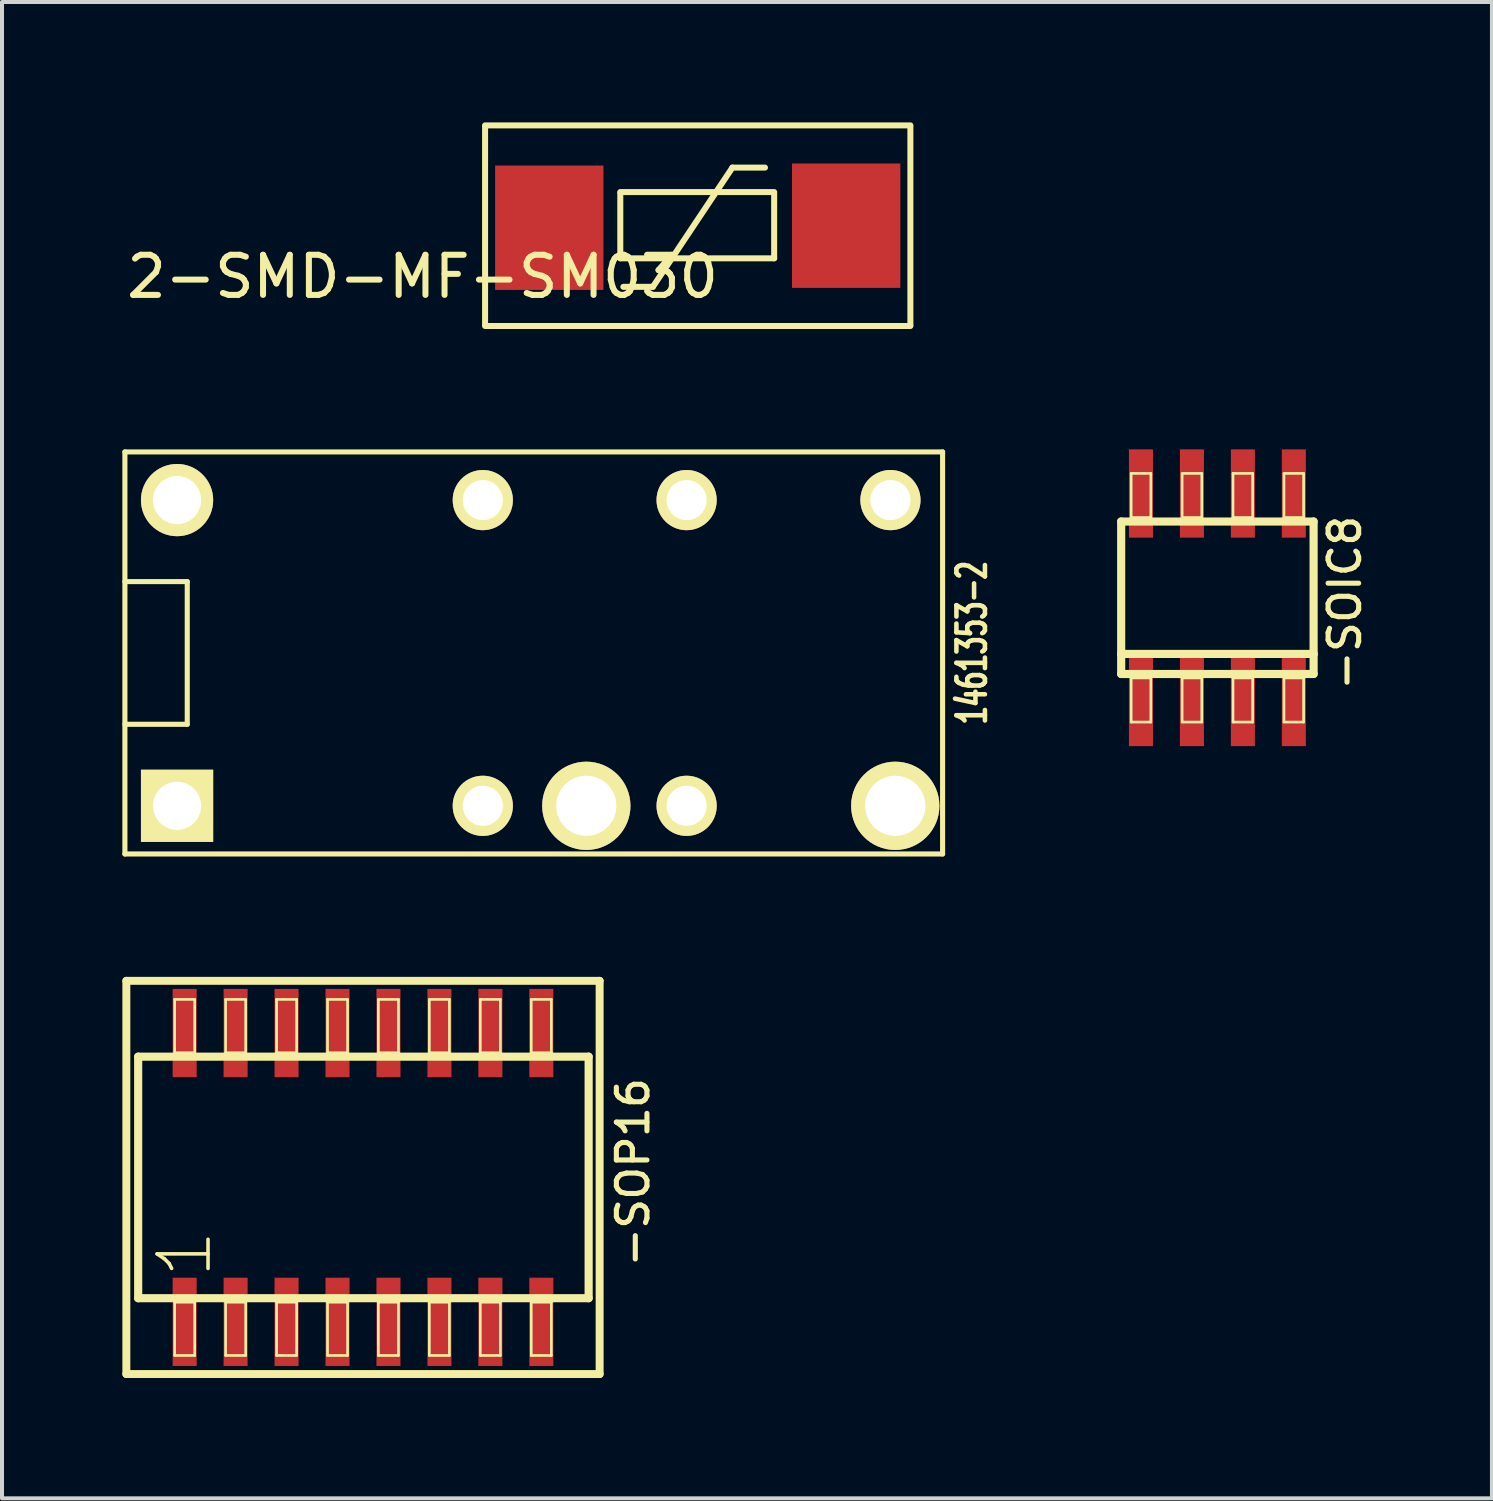
<source format=kicad_pcb>
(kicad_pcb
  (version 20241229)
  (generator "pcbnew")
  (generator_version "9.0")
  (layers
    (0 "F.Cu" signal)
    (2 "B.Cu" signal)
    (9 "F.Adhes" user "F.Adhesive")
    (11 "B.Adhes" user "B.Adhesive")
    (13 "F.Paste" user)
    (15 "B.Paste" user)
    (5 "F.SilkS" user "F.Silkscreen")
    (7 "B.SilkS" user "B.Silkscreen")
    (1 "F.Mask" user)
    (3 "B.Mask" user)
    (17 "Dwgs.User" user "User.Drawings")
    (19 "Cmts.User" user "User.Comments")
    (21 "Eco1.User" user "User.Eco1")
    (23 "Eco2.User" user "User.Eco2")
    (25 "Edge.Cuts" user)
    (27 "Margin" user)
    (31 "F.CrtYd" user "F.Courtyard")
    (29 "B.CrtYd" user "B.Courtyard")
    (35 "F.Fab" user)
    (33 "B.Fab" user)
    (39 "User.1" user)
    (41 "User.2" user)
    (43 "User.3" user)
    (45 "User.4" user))
  (footprint "1461353-2"
    (layer "F.Cu")
    (at 8.983 9.414)
    (property "Reference" "1461353-2" (at 12.192 3.556 90) (layer "F.SilkS") (effects (font (size 0.711 0.457) (thickness 0.114))))
    (attr through_hole)
    (fp_line (start -8.92 2.032) (end -7.366 2.032) (stroke (width 0.127) (type solid)) (layer "F.SilkS"))
    (fp_line (start -8.92 8.82) (end -8.92 -1.2) (stroke (width 0.127) (type solid)) (layer "F.SilkS"))
    (fp_line (start -7.366 2.032) (end -7.366 5.588) (stroke (width 0.127) (type solid)) (layer "F.SilkS"))
    (fp_line (start -7.366 5.588) (end -8.92 5.588) (stroke (width 0.127) (type solid)) (layer "F.SilkS"))
    (fp_line (start 11.46 -1.2) (end -8.92 -1.2) (stroke (width 0.127) (type solid)) (layer "F.SilkS"))
    (fp_line (start 11.46 8.82) (end -8.92 8.82) (stroke (width 0.127) (type solid)) (layer "F.SilkS"))
    (fp_line (start 11.46 8.82) (end 11.46 -1.2) (stroke (width 0.127) (type solid)) (layer "F.SilkS"))
    (pad "1" thru_hole rect (at -7.62 7.62) (size 1.8 1.8) (drill 1.2) (layers "*.Cu" "*.Mask" "F.SilkS"))
    (pad "4" thru_hole circle (at 0 7.62) (size 1.5 1.5) (drill 1) (layers "*.Cu" "*.Mask" "F.SilkS"))
    (pad "4" thru_hole circle (at 2.58 7.62) (size 2.2 2.2) (drill 1.5) (layers "*.Cu" "*.Mask" "F.SilkS"))
    (pad "6" thru_hole circle (at 5.08 7.62) (size 1.5 1.5) (drill 1) (layers "*.Cu" "*.Mask" "F.SilkS"))
    (pad "8" thru_hole circle (at 10.28 7.62) (size 2.2 2.2) (drill 1.5) (layers "*.Cu" "*.Mask" "F.SilkS"))
    (pad "9" thru_hole circle (at 10.16 0) (size 1.5 1.5) (drill 1) (layers "*.Cu" "*.Mask" "F.SilkS"))
    (pad "11" thru_hole circle (at 5.08 0) (size 1.5 1.5) (drill 1) (layers "*.Cu" "*.Mask" "F.SilkS"))
    (pad "13" thru_hole circle (at 0 0) (size 1.5 1.5) (drill 1) (layers "*.Cu" "*.Mask" "F.SilkS"))
    (pad "16" thru_hole circle (at -7.62 0) (size 1.8 1.8) (drill 1.2) (layers "*.Cu" "*.Mask" "F.SilkS")))
  (footprint "2-SMD-MF-SM030"
    (layer "F.Cu")
    (at 14.34 2.575)
    (property "Reference" "2-SMD-MF-SM030" (at -6.858 1.27 0) (layer "F.SilkS") (effects (font (size 1 1) (thickness 0.15))))
    (attr through_hole)
    (fp_line (start -5.3 -2.5) (end 5.3 -2.5) (stroke (width 0.15) (type solid)) (layer "F.SilkS"))
    (fp_line (start -5.3 -2.47) (end -5.3 2.47) (stroke (width 0.15) (type solid)) (layer "F.SilkS"))
    (fp_line (start -5.3 2.5) (end 5.3 2.5) (stroke (width 0.15) (type solid)) (layer "F.SilkS"))
    (fp_line (start -1.93 -0.813) (end -1.93 0.813) (stroke (width 0.15) (type solid)) (layer "F.SilkS"))
    (fp_line (start -1.93 0.813) (end 1.905 0.813) (stroke (width 0.15) (type solid)) (layer "F.SilkS"))
    (fp_line (start -1.854 1.524) (end -1.118 1.524) (stroke (width 0.15) (type solid)) (layer "F.SilkS"))
    (fp_line (start -1.118 1.524) (end 0.864 -1.448) (stroke (width 0.15) (type solid)) (layer "F.SilkS"))
    (fp_line (start 0.864 -1.448) (end 1.676 -1.448) (stroke (width 0.15) (type solid)) (layer "F.SilkS"))
    (fp_line (start 1.905 -0.838) (end -1.93 -0.838) (stroke (width 0.15) (type solid)) (layer "F.SilkS"))
    (fp_line (start 1.905 0.813) (end 1.905 -0.813) (stroke (width 0.15) (type solid)) (layer "F.SilkS"))
    (fp_line (start 5.3 -2.47) (end 5.3 2.47) (stroke (width 0.15) (type solid)) (layer "F.SilkS"))
    (pad "1" smd rect (at 3.7 0) (size 2.7 3.1) (layers "F.Cu" "F.Mask" "F.Paste"))
    (pad "2" smd rect (at -3.7 0.051) (size 2.7 3.1) (layers "F.Cu" "F.Mask" "F.Paste")))
  (footprint "-SOP16"
    (layer "F.Cu")
    (at 5.997 26.296)
    (property "Reference" "-SOP16" (at 6.731 -0.127 270) (layer "F.SilkS") (effects (font (size 0.762 0.762) (thickness 0.127))))
    (attr smd)
    (fp_line (start -5.898 -4.9) (end 5.898 -4.9) (stroke (width 0.198) (type solid)) (layer "F.SilkS"))
    (fp_line (start -5.898 4.9) (end -5.898 -4.9) (stroke (width 0.198) (type solid)) (layer "F.SilkS"))
    (fp_line (start -5.603 -3.01) (end 5.624 -3.01) (stroke (width 0.203) (type solid)) (layer "F.SilkS"))
    (fp_line (start -5.603 3.01) (end -5.603 -3.01) (stroke (width 0.203) (type solid)) (layer "F.SilkS"))
    (fp_line (start -4.694 -4.437) (end -4.194 -4.437) (stroke (width 0.066) (type solid)) (layer "F.SilkS"))
    (fp_line (start -4.694 -3.109) (end -4.694 -4.437) (stroke (width 0.066) (type solid)) (layer "F.SilkS"))
    (fp_line (start -4.694 -3.109) (end -4.194 -3.109) (stroke (width 0.066) (type solid)) (layer "F.SilkS"))
    (fp_line (start -4.694 3.109) (end -4.194 3.109) (stroke (width 0.066) (type solid)) (layer "F.SilkS"))
    (fp_line (start -4.694 4.437) (end -4.694 3.109) (stroke (width 0.066) (type solid)) (layer "F.SilkS"))
    (fp_line (start -4.694 4.437) (end -4.194 4.437) (stroke (width 0.066) (type solid)) (layer "F.SilkS"))
    (fp_line (start -4.194 -3.109) (end -4.194 -4.437) (stroke (width 0.066) (type solid)) (layer "F.SilkS"))
    (fp_line (start -4.194 4.437) (end -4.194 3.109) (stroke (width 0.066) (type solid)) (layer "F.SilkS"))
    (fp_line (start -3.424 -4.437) (end -2.924 -4.437) (stroke (width 0.066) (type solid)) (layer "F.SilkS"))
    (fp_line (start -3.424 -3.109) (end -3.424 -4.437) (stroke (width 0.066) (type solid)) (layer "F.SilkS"))
    (fp_line (start -3.424 -3.109) (end -2.924 -3.109) (stroke (width 0.066) (type solid)) (layer "F.SilkS"))
    (fp_line (start -3.424 3.109) (end -2.924 3.109) (stroke (width 0.066) (type solid)) (layer "F.SilkS"))
    (fp_line (start -3.424 4.437) (end -3.424 3.109) (stroke (width 0.066) (type solid)) (layer "F.SilkS"))
    (fp_line (start -3.424 4.437) (end -2.924 4.437) (stroke (width 0.066) (type solid)) (layer "F.SilkS"))
    (fp_line (start -2.924 -3.109) (end -2.924 -4.437) (stroke (width 0.066) (type solid)) (layer "F.SilkS"))
    (fp_line (start -2.924 4.437) (end -2.924 3.109) (stroke (width 0.066) (type solid)) (layer "F.SilkS"))
    (fp_line (start -2.154 -4.437) (end -1.654 -4.437) (stroke (width 0.066) (type solid)) (layer "F.SilkS"))
    (fp_line (start -2.154 -3.109) (end -2.154 -4.437) (stroke (width 0.066) (type solid)) (layer "F.SilkS"))
    (fp_line (start -2.154 -3.109) (end -1.654 -3.109) (stroke (width 0.066) (type solid)) (layer "F.SilkS"))
    (fp_line (start -2.154 3.109) (end -1.654 3.109) (stroke (width 0.066) (type solid)) (layer "F.SilkS"))
    (fp_line (start -2.154 4.437) (end -2.154 3.109) (stroke (width 0.066) (type solid)) (layer "F.SilkS"))
    (fp_line (start -2.154 4.437) (end -1.654 4.437) (stroke (width 0.066) (type solid)) (layer "F.SilkS"))
    (fp_line (start -1.654 -3.109) (end -1.654 -4.437) (stroke (width 0.066) (type solid)) (layer "F.SilkS"))
    (fp_line (start -1.654 4.437) (end -1.654 3.109) (stroke (width 0.066) (type solid)) (layer "F.SilkS"))
    (fp_line (start -0.884 -4.437) (end -0.384 -4.437) (stroke (width 0.066) (type solid)) (layer "F.SilkS"))
    (fp_line (start -0.884 -3.109) (end -0.884 -4.437) (stroke (width 0.066) (type solid)) (layer "F.SilkS"))
    (fp_line (start -0.884 -3.109) (end -0.384 -3.109) (stroke (width 0.066) (type solid)) (layer "F.SilkS"))
    (fp_line (start -0.884 3.109) (end -0.384 3.109) (stroke (width 0.066) (type solid)) (layer "F.SilkS"))
    (fp_line (start -0.884 4.437) (end -0.884 3.109) (stroke (width 0.066) (type solid)) (layer "F.SilkS"))
    (fp_line (start -0.884 4.437) (end -0.384 4.437) (stroke (width 0.066) (type solid)) (layer "F.SilkS"))
    (fp_line (start -0.384 -3.109) (end -0.384 -4.437) (stroke (width 0.066) (type solid)) (layer "F.SilkS"))
    (fp_line (start -0.384 4.437) (end -0.384 3.109) (stroke (width 0.066) (type solid)) (layer "F.SilkS"))
    (fp_line (start 0.384 -4.437) (end 0.884 -4.437) (stroke (width 0.066) (type solid)) (layer "F.SilkS"))
    (fp_line (start 0.384 -3.109) (end 0.384 -4.437) (stroke (width 0.066) (type solid)) (layer "F.SilkS"))
    (fp_line (start 0.384 -3.109) (end 0.884 -3.109) (stroke (width 0.066) (type solid)) (layer "F.SilkS"))
    (fp_line (start 0.384 3.109) (end 0.884 3.109) (stroke (width 0.066) (type solid)) (layer "F.SilkS"))
    (fp_line (start 0.384 4.437) (end 0.384 3.109) (stroke (width 0.066) (type solid)) (layer "F.SilkS"))
    (fp_line (start 0.384 4.437) (end 0.884 4.437) (stroke (width 0.066) (type solid)) (layer "F.SilkS"))
    (fp_line (start 0.884 -3.109) (end 0.884 -4.437) (stroke (width 0.066) (type solid)) (layer "F.SilkS"))
    (fp_line (start 0.884 4.437) (end 0.884 3.109) (stroke (width 0.066) (type solid)) (layer "F.SilkS"))
    (fp_line (start 1.654 -4.437) (end 2.154 -4.437) (stroke (width 0.066) (type solid)) (layer "F.SilkS"))
    (fp_line (start 1.654 -3.109) (end 1.654 -4.437) (stroke (width 0.066) (type solid)) (layer "F.SilkS"))
    (fp_line (start 1.654 -3.109) (end 2.154 -3.109) (stroke (width 0.066) (type solid)) (layer "F.SilkS"))
    (fp_line (start 1.654 3.109) (end 2.154 3.109) (stroke (width 0.066) (type solid)) (layer "F.SilkS"))
    (fp_line (start 1.654 4.437) (end 1.654 3.109) (stroke (width 0.066) (type solid)) (layer "F.SilkS"))
    (fp_line (start 1.654 4.437) (end 2.154 4.437) (stroke (width 0.066) (type solid)) (layer "F.SilkS"))
    (fp_line (start 2.154 -3.109) (end 2.154 -4.437) (stroke (width 0.066) (type solid)) (layer "F.SilkS"))
    (fp_line (start 2.154 4.437) (end 2.154 3.109) (stroke (width 0.066) (type solid)) (layer "F.SilkS"))
    (fp_line (start 2.924 -4.437) (end 3.424 -4.437) (stroke (width 0.066) (type solid)) (layer "F.SilkS"))
    (fp_line (start 2.924 -3.109) (end 2.924 -4.437) (stroke (width 0.066) (type solid)) (layer "F.SilkS"))
    (fp_line (start 2.924 -3.109) (end 3.424 -3.109) (stroke (width 0.066) (type solid)) (layer "F.SilkS"))
    (fp_line (start 2.924 3.109) (end 3.424 3.109) (stroke (width 0.066) (type solid)) (layer "F.SilkS"))
    (fp_line (start 2.924 4.437) (end 2.924 3.109) (stroke (width 0.066) (type solid)) (layer "F.SilkS"))
    (fp_line (start 2.924 4.437) (end 3.424 4.437) (stroke (width 0.066) (type solid)) (layer "F.SilkS"))
    (fp_line (start 3.424 -3.109) (end 3.424 -4.437) (stroke (width 0.066) (type solid)) (layer "F.SilkS"))
    (fp_line (start 3.424 4.437) (end 3.424 3.109) (stroke (width 0.066) (type solid)) (layer "F.SilkS"))
    (fp_line (start 4.194 -4.437) (end 4.694 -4.437) (stroke (width 0.066) (type solid)) (layer "F.SilkS"))
    (fp_line (start 4.194 -3.109) (end 4.194 -4.437) (stroke (width 0.066) (type solid)) (layer "F.SilkS"))
    (fp_line (start 4.194 -3.109) (end 4.694 -3.109) (stroke (width 0.066) (type solid)) (layer "F.SilkS"))
    (fp_line (start 4.194 3.109) (end 4.694 3.109) (stroke (width 0.066) (type solid)) (layer "F.SilkS"))
    (fp_line (start 4.194 4.437) (end 4.194 3.109) (stroke (width 0.066) (type solid)) (layer "F.SilkS"))
    (fp_line (start 4.194 4.437) (end 4.694 4.437) (stroke (width 0.066) (type solid)) (layer "F.SilkS"))
    (fp_line (start 4.694 -3.109) (end 4.694 -4.437) (stroke (width 0.066) (type solid)) (layer "F.SilkS"))
    (fp_line (start 4.694 4.437) (end 4.694 3.109) (stroke (width 0.066) (type solid)) (layer "F.SilkS"))
    (fp_line (start 5.624 -3.01) (end 5.624 3.01) (stroke (width 0.203) (type solid)) (layer "F.SilkS"))
    (fp_line (start 5.624 3.01) (end -5.603 3.01) (stroke (width 0.203) (type solid)) (layer "F.SilkS"))
    (fp_line (start 5.898 -4.9) (end 5.898 4.9) (stroke (width 0.198) (type solid)) (layer "F.SilkS"))
    (fp_line (start 5.898 4.9) (end -5.898 4.9) (stroke (width 0.198) (type solid)) (layer "F.SilkS"))
    (fp_text user "1" (at -4.445 1.905 90) (layer "F.SilkS") (effects (font (size 1.27 1.27) (thickness 0.089))))
    (pad "1" smd rect (at -4.445 3.599) (size 0.599 2.2) (layers "F.Cu" "F.Mask" "F.Paste"))
    (pad "2" smd rect (at -3.175 3.599) (size 0.599 2.2) (layers "F.Cu" "F.Mask" "F.Paste"))
    (pad "3" smd rect (at -1.905 3.599) (size 0.599 2.2) (layers "F.Cu" "F.Mask" "F.Paste"))
    (pad "4" smd rect (at -0.635 3.599) (size 0.599 2.2) (layers "F.Cu" "F.Mask" "F.Paste"))
    (pad "5" smd rect (at 0.635 3.599) (size 0.599 2.2) (layers "F.Cu" "F.Mask" "F.Paste"))
    (pad "6" smd rect (at 1.905 3.599) (size 0.599 2.2) (layers "F.Cu" "F.Mask" "F.Paste"))
    (pad "7" smd rect (at 3.175 3.599) (size 0.599 2.2) (layers "F.Cu" "F.Mask" "F.Paste"))
    (pad "8" smd rect (at 4.445 3.599) (size 0.599 2.2) (layers "F.Cu" "F.Mask" "F.Paste"))
    (pad "9" smd rect (at 4.445 -3.599) (size 0.599 2.2) (layers "F.Cu" "F.Mask" "F.Paste"))
    (pad "10" smd rect (at 3.175 -3.599) (size 0.599 2.2) (layers "F.Cu" "F.Mask" "F.Paste"))
    (pad "11" smd rect (at 1.905 -3.599) (size 0.599 2.2) (layers "F.Cu" "F.Mask" "F.Paste"))
    (pad "12" smd rect (at 0.635 -3.599) (size 0.599 2.2) (layers "F.Cu" "F.Mask" "F.Paste"))
    (pad "13" smd rect (at -0.635 -3.599) (size 0.599 2.2) (layers "F.Cu" "F.Mask" "F.Paste"))
    (pad "14" smd rect (at -1.905 -3.599) (size 0.599 2.2) (layers "F.Cu" "F.Mask" "F.Paste"))
    (pad "15" smd rect (at -3.175 -3.599) (size 0.599 2.2) (layers "F.Cu" "F.Mask" "F.Paste"))
    (pad "16" smd rect (at -4.445 -3.599) (size 0.599 2.2) (layers "F.Cu" "F.Mask" "F.Paste")))
  (footprint "-SOIC8"
    (layer "F.Cu")
    (at 27.292 11.848)
    (property "Reference" "-SOIC8" (at 3.175 0.127 270) (layer "F.SilkS") (effects (font (size 0.762 0.762) (thickness 0.127))))
    (attr smd)
    (fp_line (start -2.398 -1.9) (end 2.398 -1.9) (stroke (width 0.203) (type solid)) (layer "F.SilkS"))
    (fp_line (start -2.398 1.4) (end -2.398 -1.9) (stroke (width 0.203) (type solid)) (layer "F.SilkS"))
    (fp_line (start -2.398 1.9) (end -2.398 1.4) (stroke (width 0.203) (type solid)) (layer "F.SilkS"))
    (fp_line (start -2.149 -3.099) (end -1.659 -3.099) (stroke (width 0.066) (type solid)) (layer "F.SilkS"))
    (fp_line (start -2.149 -1.999) (end -2.149 -3.099) (stroke (width 0.066) (type solid)) (layer "F.SilkS"))
    (fp_line (start -2.149 -1.999) (end -1.659 -1.999) (stroke (width 0.066) (type solid)) (layer "F.SilkS"))
    (fp_line (start -2.149 1.999) (end -1.659 1.999) (stroke (width 0.066) (type solid)) (layer "F.SilkS"))
    (fp_line (start -2.149 3.099) (end -2.149 1.999) (stroke (width 0.066) (type solid)) (layer "F.SilkS"))
    (fp_line (start -2.149 3.099) (end -1.659 3.099) (stroke (width 0.066) (type solid)) (layer "F.SilkS"))
    (fp_line (start -1.659 -1.999) (end -1.659 -3.099) (stroke (width 0.066) (type solid)) (layer "F.SilkS"))
    (fp_line (start -1.659 3.099) (end -1.659 1.999) (stroke (width 0.066) (type solid)) (layer "F.SilkS"))
    (fp_line (start -0.879 -3.099) (end -0.389 -3.099) (stroke (width 0.066) (type solid)) (layer "F.SilkS"))
    (fp_line (start -0.879 -1.999) (end -0.879 -3.099) (stroke (width 0.066) (type solid)) (layer "F.SilkS"))
    (fp_line (start -0.879 -1.999) (end -0.389 -1.999) (stroke (width 0.066) (type solid)) (layer "F.SilkS"))
    (fp_line (start -0.879 1.999) (end -0.389 1.999) (stroke (width 0.066) (type solid)) (layer "F.SilkS"))
    (fp_line (start -0.879 3.099) (end -0.879 1.999) (stroke (width 0.066) (type solid)) (layer "F.SilkS"))
    (fp_line (start -0.879 3.099) (end -0.389 3.099) (stroke (width 0.066) (type solid)) (layer "F.SilkS"))
    (fp_line (start -0.389 -1.999) (end -0.389 -3.099) (stroke (width 0.066) (type solid)) (layer "F.SilkS"))
    (fp_line (start -0.389 3.099) (end -0.389 1.999) (stroke (width 0.066) (type solid)) (layer "F.SilkS"))
    (fp_line (start 0.389 -3.099) (end 0.879 -3.099) (stroke (width 0.066) (type solid)) (layer "F.SilkS"))
    (fp_line (start 0.389 -1.999) (end 0.389 -3.099) (stroke (width 0.066) (type solid)) (layer "F.SilkS"))
    (fp_line (start 0.389 -1.999) (end 0.879 -1.999) (stroke (width 0.066) (type solid)) (layer "F.SilkS"))
    (fp_line (start 0.389 1.999) (end 0.879 1.999) (stroke (width 0.066) (type solid)) (layer "F.SilkS"))
    (fp_line (start 0.389 3.099) (end 0.389 1.999) (stroke (width 0.066) (type solid)) (layer "F.SilkS"))
    (fp_line (start 0.389 3.099) (end 0.879 3.099) (stroke (width 0.066) (type solid)) (layer "F.SilkS"))
    (fp_line (start 0.879 -1.999) (end 0.879 -3.099) (stroke (width 0.066) (type solid)) (layer "F.SilkS"))
    (fp_line (start 0.879 3.099) (end 0.879 1.999) (stroke (width 0.066) (type solid)) (layer "F.SilkS"))
    (fp_line (start 1.659 -3.099) (end 2.149 -3.099) (stroke (width 0.066) (type solid)) (layer "F.SilkS"))
    (fp_line (start 1.659 -1.999) (end 1.659 -3.099) (stroke (width 0.066) (type solid)) (layer "F.SilkS"))
    (fp_line (start 1.659 -1.999) (end 2.149 -1.999) (stroke (width 0.066) (type solid)) (layer "F.SilkS"))
    (fp_line (start 1.659 1.999) (end 2.149 1.999) (stroke (width 0.066) (type solid)) (layer "F.SilkS"))
    (fp_line (start 1.659 3.099) (end 1.659 1.999) (stroke (width 0.066) (type solid)) (layer "F.SilkS"))
    (fp_line (start 1.659 3.099) (end 2.149 3.099) (stroke (width 0.066) (type solid)) (layer "F.SilkS"))
    (fp_line (start 2.149 -1.999) (end 2.149 -3.099) (stroke (width 0.066) (type solid)) (layer "F.SilkS"))
    (fp_line (start 2.149 3.099) (end 2.149 1.999) (stroke (width 0.066) (type solid)) (layer "F.SilkS"))
    (fp_line (start 2.398 -1.9) (end 2.398 1.4) (stroke (width 0.203) (type solid)) (layer "F.SilkS"))
    (fp_line (start 2.398 1.4) (end -2.398 1.4) (stroke (width 0.203) (type solid)) (layer "F.SilkS"))
    (fp_line (start 2.398 1.4) (end 2.398 1.9) (stroke (width 0.203) (type solid)) (layer "F.SilkS"))
    (fp_line (start 2.398 1.9) (end -2.398 1.9) (stroke (width 0.203) (type solid)) (layer "F.SilkS"))
    (pad "1" smd rect (at -1.905 2.598) (size 0.599 2.2) (layers "F.Cu" "F.Mask" "F.Paste"))
    (pad "2" smd rect (at -0.635 2.598) (size 0.599 2.2) (layers "F.Cu" "F.Mask" "F.Paste"))
    (pad "3" smd rect (at 0.635 2.598) (size 0.599 2.2) (layers "F.Cu" "F.Mask" "F.Paste"))
    (pad "4" smd rect (at 1.905 2.598) (size 0.599 2.2) (layers "F.Cu" "F.Mask" "F.Paste"))
    (pad "5" smd rect (at 1.905 -2.598) (size 0.599 2.2) (layers "F.Cu" "F.Mask" "F.Paste"))
    (pad "6" smd rect (at 0.635 -2.598) (size 0.599 2.2) (layers "F.Cu" "F.Mask" "F.Paste"))
    (pad "7" smd rect (at -0.635 -2.598) (size 0.599 2.2) (layers "F.Cu" "F.Mask" "F.Paste"))
    (pad "8" smd rect (at -1.905 -2.598) (size 0.599 2.2) (layers "F.Cu" "F.Mask" "F.Paste")))
  (gr_rect
    (start -3 -3)
    (end 34.135 34.294)
    (stroke (width 0.1) (type default))
    (fill no)
    (layer "Edge.Cuts")))
</source>
